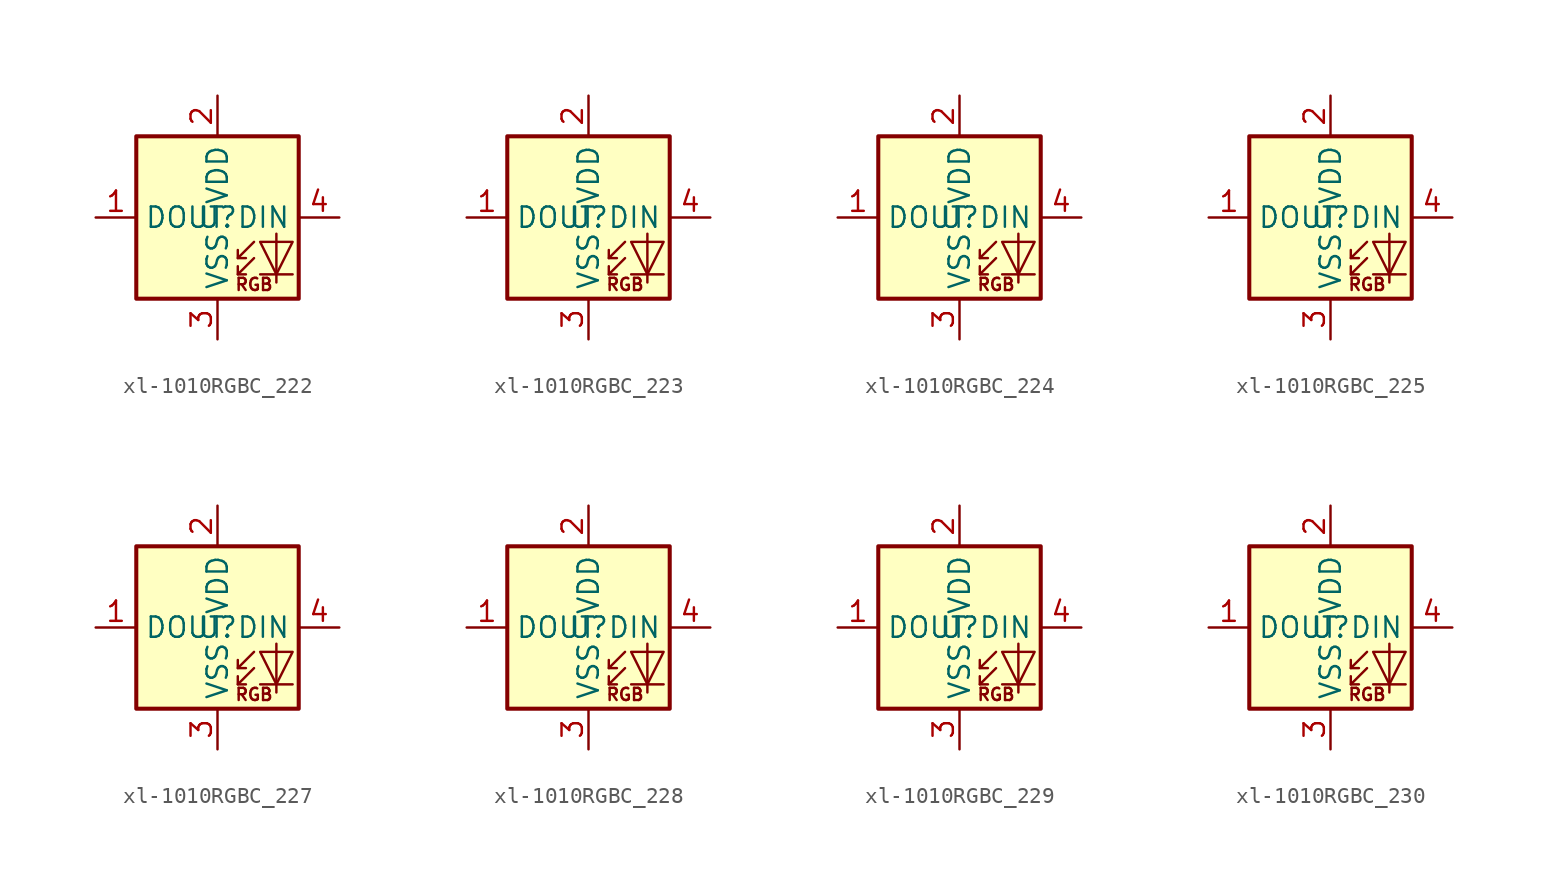
<source format=kicad_sym>
(kicad_symbol_lib
  (version 20231120)
  (generator "kicad_symbol_editor")
  (generator_version "8.0")
  (symbol "xl-1010RGBC_222"
    (property "Reference" "U"
      (at 0 0 0)
      (effects (font (size 1.27 1.27))))
    (property "Value" ""
      (at 0 0 0)
      (effects (font (size 1.27 1.27))))
    (symbol "xl-1010RGBC_222_0_0"
      (text "RGB" (at 2.286 -4.191 0) (effects (font (size 0.762 0.762)))))
    (symbol "xl-1010RGBC_222_0_1"
      (polyline (pts (xy 1.27 -3.556) (xy 1.778 -3.556)) (stroke (width 0) (type default)) (fill (type none)))
      (polyline (pts (xy 1.27 -2.54) (xy 1.778 -2.54)) (stroke (width 0) (type default)) (fill (type none)))
      (polyline (pts (xy 4.699 -3.556) (xy 2.667 -3.556)) (stroke (width 0) (type default)) (fill (type none)))
      (polyline (pts (xy 2.286 -2.54) (xy 1.27 -3.556) (xy 1.27 -3.048)) (stroke (width 0) (type default)) (fill (type none)))
      (polyline (pts (xy 2.286 -1.524) (xy 1.27 -2.54) (xy 1.27 -2.032)) (stroke (width 0) (type default)) (fill (type none)))
      (polyline (pts (xy 3.683 -1.016) (xy 3.683 -3.556) (xy 3.683 -4.064)) (stroke (width 0) (type default)) (fill (type none)))
      (polyline (pts (xy 4.699 -1.524) (xy 2.667 -1.524) (xy 3.683 -3.556) (xy 4.699 -1.524)) (stroke (width 0) (type default)) (fill (type none)))
      (rectangle (start 5.08 5.08) (end -5.08 -5.08) (stroke (width 0.254) (type default)) (fill (type background))))
    (symbol "xl-1010RGBC_222_1_1"
      (pin output line (at -7.62 0 0) (length 2.54) (name "DOUT" (effects (font (size 1.27 1.27)))) (number "1" (effects (font (size 1.27 1.27)))))
      (pin power_in line (at 0 7.62 270) (length 2.54) (name "VDD" (effects (font (size 1.27 1.27)))) (number "2" (effects (font (size 1.27 1.27)))))
      (pin power_in line (at 0 -7.62 90) (length 2.54) (name "VSS" (effects (font (size 1.27 1.27)))) (number "3" (effects (font (size 1.27 1.27)))))
      (pin input line (at 7.62 0 180) (length 2.54) (name "DIN" (effects (font (size 1.27 1.27)))) (number "4" (effects (font (size 1.27 1.27)))))))
  (symbol "xl-1010RGBC_223"
    (property "Reference" "U"
      (at 0 0 0)
      (effects (font (size 1.27 1.27))))
    (property "Value" ""
      (at 0 0 0)
      (effects (font (size 1.27 1.27))))
    (symbol "xl-1010RGBC_223_0_0"
      (text "RGB" (at 2.286 -4.191 0) (effects (font (size 0.762 0.762)))))
    (symbol "xl-1010RGBC_223_0_1"
      (polyline (pts (xy 1.27 -3.556) (xy 1.778 -3.556)) (stroke (width 0) (type default)) (fill (type none)))
      (polyline (pts (xy 1.27 -2.54) (xy 1.778 -2.54)) (stroke (width 0) (type default)) (fill (type none)))
      (polyline (pts (xy 4.699 -3.556) (xy 2.667 -3.556)) (stroke (width 0) (type default)) (fill (type none)))
      (polyline (pts (xy 2.286 -2.54) (xy 1.27 -3.556) (xy 1.27 -3.048)) (stroke (width 0) (type default)) (fill (type none)))
      (polyline (pts (xy 2.286 -1.524) (xy 1.27 -2.54) (xy 1.27 -2.032)) (stroke (width 0) (type default)) (fill (type none)))
      (polyline (pts (xy 3.683 -1.016) (xy 3.683 -3.556) (xy 3.683 -4.064)) (stroke (width 0) (type default)) (fill (type none)))
      (polyline (pts (xy 4.699 -1.524) (xy 2.667 -1.524) (xy 3.683 -3.556) (xy 4.699 -1.524)) (stroke (width 0) (type default)) (fill (type none)))
      (rectangle (start 5.08 5.08) (end -5.08 -5.08) (stroke (width 0.254) (type default)) (fill (type background))))
    (symbol "xl-1010RGBC_223_1_1"
      (pin output line (at -7.62 0 0) (length 2.54) (name "DOUT" (effects (font (size 1.27 1.27)))) (number "1" (effects (font (size 1.27 1.27)))))
      (pin power_in line (at 0 7.62 270) (length 2.54) (name "VDD" (effects (font (size 1.27 1.27)))) (number "2" (effects (font (size 1.27 1.27)))))
      (pin power_in line (at 0 -7.62 90) (length 2.54) (name "VSS" (effects (font (size 1.27 1.27)))) (number "3" (effects (font (size 1.27 1.27)))))
      (pin input line (at 7.62 0 180) (length 2.54) (name "DIN" (effects (font (size 1.27 1.27)))) (number "4" (effects (font (size 1.27 1.27)))))))
  (symbol "xl-1010RGBC_224"
    (property "Reference" "U"
      (at 0 0 0)
      (effects (font (size 1.27 1.27))))
    (property "Value" ""
      (at 0 0 0)
      (effects (font (size 1.27 1.27))))
    (symbol "xl-1010RGBC_224_0_0"
      (text "RGB" (at 2.286 -4.191 0) (effects (font (size 0.762 0.762)))))
    (symbol "xl-1010RGBC_224_0_1"
      (polyline (pts (xy 1.27 -3.556) (xy 1.778 -3.556)) (stroke (width 0) (type default)) (fill (type none)))
      (polyline (pts (xy 1.27 -2.54) (xy 1.778 -2.54)) (stroke (width 0) (type default)) (fill (type none)))
      (polyline (pts (xy 4.699 -3.556) (xy 2.667 -3.556)) (stroke (width 0) (type default)) (fill (type none)))
      (polyline (pts (xy 2.286 -2.54) (xy 1.27 -3.556) (xy 1.27 -3.048)) (stroke (width 0) (type default)) (fill (type none)))
      (polyline (pts (xy 2.286 -1.524) (xy 1.27 -2.54) (xy 1.27 -2.032)) (stroke (width 0) (type default)) (fill (type none)))
      (polyline (pts (xy 3.683 -1.016) (xy 3.683 -3.556) (xy 3.683 -4.064)) (stroke (width 0) (type default)) (fill (type none)))
      (polyline (pts (xy 4.699 -1.524) (xy 2.667 -1.524) (xy 3.683 -3.556) (xy 4.699 -1.524)) (stroke (width 0) (type default)) (fill (type none)))
      (rectangle (start 5.08 5.08) (end -5.08 -5.08) (stroke (width 0.254) (type default)) (fill (type background))))
    (symbol "xl-1010RGBC_224_1_1"
      (pin output line (at -7.62 0 0) (length 2.54) (name "DOUT" (effects (font (size 1.27 1.27)))) (number "1" (effects (font (size 1.27 1.27)))))
      (pin power_in line (at 0 7.62 270) (length 2.54) (name "VDD" (effects (font (size 1.27 1.27)))) (number "2" (effects (font (size 1.27 1.27)))))
      (pin power_in line (at 0 -7.62 90) (length 2.54) (name "VSS" (effects (font (size 1.27 1.27)))) (number "3" (effects (font (size 1.27 1.27)))))
      (pin input line (at 7.62 0 180) (length 2.54) (name "DIN" (effects (font (size 1.27 1.27)))) (number "4" (effects (font (size 1.27 1.27)))))))
  (symbol "xl-1010RGBC_225"
    (property "Reference" "U"
      (at 0 0 0)
      (effects (font (size 1.27 1.27))))
    (property "Value" ""
      (at 0 0 0)
      (effects (font (size 1.27 1.27))))
    (symbol "xl-1010RGBC_225_0_0"
      (text "RGB" (at 2.286 -4.191 0) (effects (font (size 0.762 0.762)))))
    (symbol "xl-1010RGBC_225_0_1"
      (polyline (pts (xy 1.27 -3.556) (xy 1.778 -3.556)) (stroke (width 0) (type default)) (fill (type none)))
      (polyline (pts (xy 1.27 -2.54) (xy 1.778 -2.54)) (stroke (width 0) (type default)) (fill (type none)))
      (polyline (pts (xy 4.699 -3.556) (xy 2.667 -3.556)) (stroke (width 0) (type default)) (fill (type none)))
      (polyline (pts (xy 2.286 -2.54) (xy 1.27 -3.556) (xy 1.27 -3.048)) (stroke (width 0) (type default)) (fill (type none)))
      (polyline (pts (xy 2.286 -1.524) (xy 1.27 -2.54) (xy 1.27 -2.032)) (stroke (width 0) (type default)) (fill (type none)))
      (polyline (pts (xy 3.683 -1.016) (xy 3.683 -3.556) (xy 3.683 -4.064)) (stroke (width 0) (type default)) (fill (type none)))
      (polyline (pts (xy 4.699 -1.524) (xy 2.667 -1.524) (xy 3.683 -3.556) (xy 4.699 -1.524)) (stroke (width 0) (type default)) (fill (type none)))
      (rectangle (start 5.08 5.08) (end -5.08 -5.08) (stroke (width 0.254) (type default)) (fill (type background))))
    (symbol "xl-1010RGBC_225_1_1"
      (pin output line (at -7.62 0 0) (length 2.54) (name "DOUT" (effects (font (size 1.27 1.27)))) (number "1" (effects (font (size 1.27 1.27)))))
      (pin power_in line (at 0 7.62 270) (length 2.54) (name "VDD" (effects (font (size 1.27 1.27)))) (number "2" (effects (font (size 1.27 1.27)))))
      (pin power_in line (at 0 -7.62 90) (length 2.54) (name "VSS" (effects (font (size 1.27 1.27)))) (number "3" (effects (font (size 1.27 1.27)))))
      (pin input line (at 7.62 0 180) (length 2.54) (name "DIN" (effects (font (size 1.27 1.27)))) (number "4" (effects (font (size 1.27 1.27)))))))
  (symbol "xl-1010RGBC_227"
    (property "Reference" "U"
      (at 0 0 0)
      (effects (font (size 1.27 1.27))))
    (property "Value" ""
      (at 0 0 0)
      (effects (font (size 1.27 1.27))))
    (symbol "xl-1010RGBC_227_0_0"
      (text "RGB" (at 2.286 -4.191 0) (effects (font (size 0.762 0.762)))))
    (symbol "xl-1010RGBC_227_0_1"
      (polyline (pts (xy 1.27 -3.556) (xy 1.778 -3.556)) (stroke (width 0) (type default)) (fill (type none)))
      (polyline (pts (xy 1.27 -2.54) (xy 1.778 -2.54)) (stroke (width 0) (type default)) (fill (type none)))
      (polyline (pts (xy 4.699 -3.556) (xy 2.667 -3.556)) (stroke (width 0) (type default)) (fill (type none)))
      (polyline (pts (xy 2.286 -2.54) (xy 1.27 -3.556) (xy 1.27 -3.048)) (stroke (width 0) (type default)) (fill (type none)))
      (polyline (pts (xy 2.286 -1.524) (xy 1.27 -2.54) (xy 1.27 -2.032)) (stroke (width 0) (type default)) (fill (type none)))
      (polyline (pts (xy 3.683 -1.016) (xy 3.683 -3.556) (xy 3.683 -4.064)) (stroke (width 0) (type default)) (fill (type none)))
      (polyline (pts (xy 4.699 -1.524) (xy 2.667 -1.524) (xy 3.683 -3.556) (xy 4.699 -1.524)) (stroke (width 0) (type default)) (fill (type none)))
      (rectangle (start 5.08 5.08) (end -5.08 -5.08) (stroke (width 0.254) (type default)) (fill (type background))))
    (symbol "xl-1010RGBC_227_1_1"
      (pin output line (at -7.62 0 0) (length 2.54) (name "DOUT" (effects (font (size 1.27 1.27)))) (number "1" (effects (font (size 1.27 1.27)))))
      (pin power_in line (at 0 7.62 270) (length 2.54) (name "VDD" (effects (font (size 1.27 1.27)))) (number "2" (effects (font (size 1.27 1.27)))))
      (pin power_in line (at 0 -7.62 90) (length 2.54) (name "VSS" (effects (font (size 1.27 1.27)))) (number "3" (effects (font (size 1.27 1.27)))))
      (pin input line (at 7.62 0 180) (length 2.54) (name "DIN" (effects (font (size 1.27 1.27)))) (number "4" (effects (font (size 1.27 1.27)))))))
  (symbol "xl-1010RGBC_228"
    (property "Reference" "U"
      (at 0 0 0)
      (effects (font (size 1.27 1.27))))
    (property "Value" ""
      (at 0 0 0)
      (effects (font (size 1.27 1.27))))
    (symbol "xl-1010RGBC_228_0_0"
      (text "RGB" (at 2.286 -4.191 0) (effects (font (size 0.762 0.762)))))
    (symbol "xl-1010RGBC_228_0_1"
      (polyline (pts (xy 1.27 -3.556) (xy 1.778 -3.556)) (stroke (width 0) (type default)) (fill (type none)))
      (polyline (pts (xy 1.27 -2.54) (xy 1.778 -2.54)) (stroke (width 0) (type default)) (fill (type none)))
      (polyline (pts (xy 4.699 -3.556) (xy 2.667 -3.556)) (stroke (width 0) (type default)) (fill (type none)))
      (polyline (pts (xy 2.286 -2.54) (xy 1.27 -3.556) (xy 1.27 -3.048)) (stroke (width 0) (type default)) (fill (type none)))
      (polyline (pts (xy 2.286 -1.524) (xy 1.27 -2.54) (xy 1.27 -2.032)) (stroke (width 0) (type default)) (fill (type none)))
      (polyline (pts (xy 3.683 -1.016) (xy 3.683 -3.556) (xy 3.683 -4.064)) (stroke (width 0) (type default)) (fill (type none)))
      (polyline (pts (xy 4.699 -1.524) (xy 2.667 -1.524) (xy 3.683 -3.556) (xy 4.699 -1.524)) (stroke (width 0) (type default)) (fill (type none)))
      (rectangle (start 5.08 5.08) (end -5.08 -5.08) (stroke (width 0.254) (type default)) (fill (type background))))
    (symbol "xl-1010RGBC_228_1_1"
      (pin output line (at -7.62 0 0) (length 2.54) (name "DOUT" (effects (font (size 1.27 1.27)))) (number "1" (effects (font (size 1.27 1.27)))))
      (pin power_in line (at 0 7.62 270) (length 2.54) (name "VDD" (effects (font (size 1.27 1.27)))) (number "2" (effects (font (size 1.27 1.27)))))
      (pin power_in line (at 0 -7.62 90) (length 2.54) (name "VSS" (effects (font (size 1.27 1.27)))) (number "3" (effects (font (size 1.27 1.27)))))
      (pin input line (at 7.62 0 180) (length 2.54) (name "DIN" (effects (font (size 1.27 1.27)))) (number "4" (effects (font (size 1.27 1.27)))))))
  (symbol "xl-1010RGBC_229"
    (property "Reference" "U"
      (at 0 0 0)
      (effects (font (size 1.27 1.27))))
    (property "Value" ""
      (at 0 0 0)
      (effects (font (size 1.27 1.27))))
    (symbol "xl-1010RGBC_229_0_0"
      (text "RGB" (at 2.286 -4.191 0) (effects (font (size 0.762 0.762)))))
    (symbol "xl-1010RGBC_229_0_1"
      (polyline (pts (xy 1.27 -3.556) (xy 1.778 -3.556)) (stroke (width 0) (type default)) (fill (type none)))
      (polyline (pts (xy 1.27 -2.54) (xy 1.778 -2.54)) (stroke (width 0) (type default)) (fill (type none)))
      (polyline (pts (xy 4.699 -3.556) (xy 2.667 -3.556)) (stroke (width 0) (type default)) (fill (type none)))
      (polyline (pts (xy 2.286 -2.54) (xy 1.27 -3.556) (xy 1.27 -3.048)) (stroke (width 0) (type default)) (fill (type none)))
      (polyline (pts (xy 2.286 -1.524) (xy 1.27 -2.54) (xy 1.27 -2.032)) (stroke (width 0) (type default)) (fill (type none)))
      (polyline (pts (xy 3.683 -1.016) (xy 3.683 -3.556) (xy 3.683 -4.064)) (stroke (width 0) (type default)) (fill (type none)))
      (polyline (pts (xy 4.699 -1.524) (xy 2.667 -1.524) (xy 3.683 -3.556) (xy 4.699 -1.524)) (stroke (width 0) (type default)) (fill (type none)))
      (rectangle (start 5.08 5.08) (end -5.08 -5.08) (stroke (width 0.254) (type default)) (fill (type background))))
    (symbol "xl-1010RGBC_229_1_1"
      (pin output line (at -7.62 0 0) (length 2.54) (name "DOUT" (effects (font (size 1.27 1.27)))) (number "1" (effects (font (size 1.27 1.27)))))
      (pin power_in line (at 0 7.62 270) (length 2.54) (name "VDD" (effects (font (size 1.27 1.27)))) (number "2" (effects (font (size 1.27 1.27)))))
      (pin power_in line (at 0 -7.62 90) (length 2.54) (name "VSS" (effects (font (size 1.27 1.27)))) (number "3" (effects (font (size 1.27 1.27)))))
      (pin input line (at 7.62 0 180) (length 2.54) (name "DIN" (effects (font (size 1.27 1.27)))) (number "4" (effects (font (size 1.27 1.27)))))))
  (symbol "xl-1010RGBC_230"
    (property "Reference" "U"
      (at 0 0 0)
      (effects (font (size 1.27 1.27))))
    (property "Value" ""
      (at 0 0 0)
      (effects (font (size 1.27 1.27))))
    (symbol "xl-1010RGBC_230_0_0"
      (text "RGB" (at 2.286 -4.191 0) (effects (font (size 0.762 0.762)))))
    (symbol "xl-1010RGBC_230_0_1"
      (polyline (pts (xy 1.27 -3.556) (xy 1.778 -3.556)) (stroke (width 0) (type default)) (fill (type none)))
      (polyline (pts (xy 1.27 -2.54) (xy 1.778 -2.54)) (stroke (width 0) (type default)) (fill (type none)))
      (polyline (pts (xy 4.699 -3.556) (xy 2.667 -3.556)) (stroke (width 0) (type default)) (fill (type none)))
      (polyline (pts (xy 2.286 -2.54) (xy 1.27 -3.556) (xy 1.27 -3.048)) (stroke (width 0) (type default)) (fill (type none)))
      (polyline (pts (xy 2.286 -1.524) (xy 1.27 -2.54) (xy 1.27 -2.032)) (stroke (width 0) (type default)) (fill (type none)))
      (polyline (pts (xy 3.683 -1.016) (xy 3.683 -3.556) (xy 3.683 -4.064)) (stroke (width 0) (type default)) (fill (type none)))
      (polyline (pts (xy 4.699 -1.524) (xy 2.667 -1.524) (xy 3.683 -3.556) (xy 4.699 -1.524)) (stroke (width 0) (type default)) (fill (type none)))
      (rectangle (start 5.08 5.08) (end -5.08 -5.08) (stroke (width 0.254) (type default)) (fill (type background))))
    (symbol "xl-1010RGBC_230_1_1"
      (pin output line (at -7.62 0 0) (length 2.54) (name "DOUT" (effects (font (size 1.27 1.27)))) (number "1" (effects (font (size 1.27 1.27)))))
      (pin power_in line (at 0 7.62 270) (length 2.54) (name "VDD" (effects (font (size 1.27 1.27)))) (number "2" (effects (font (size 1.27 1.27)))))
      (pin power_in line (at 0 -7.62 90) (length 2.54) (name "VSS" (effects (font (size 1.27 1.27)))) (number "3" (effects (font (size 1.27 1.27)))))
      (pin input line (at 7.62 0 180) (length 2.54) (name "DIN" (effects (font (size 1.27 1.27)))) (number "4" (effects (font (size 1.27 1.27))))))))
</source>
